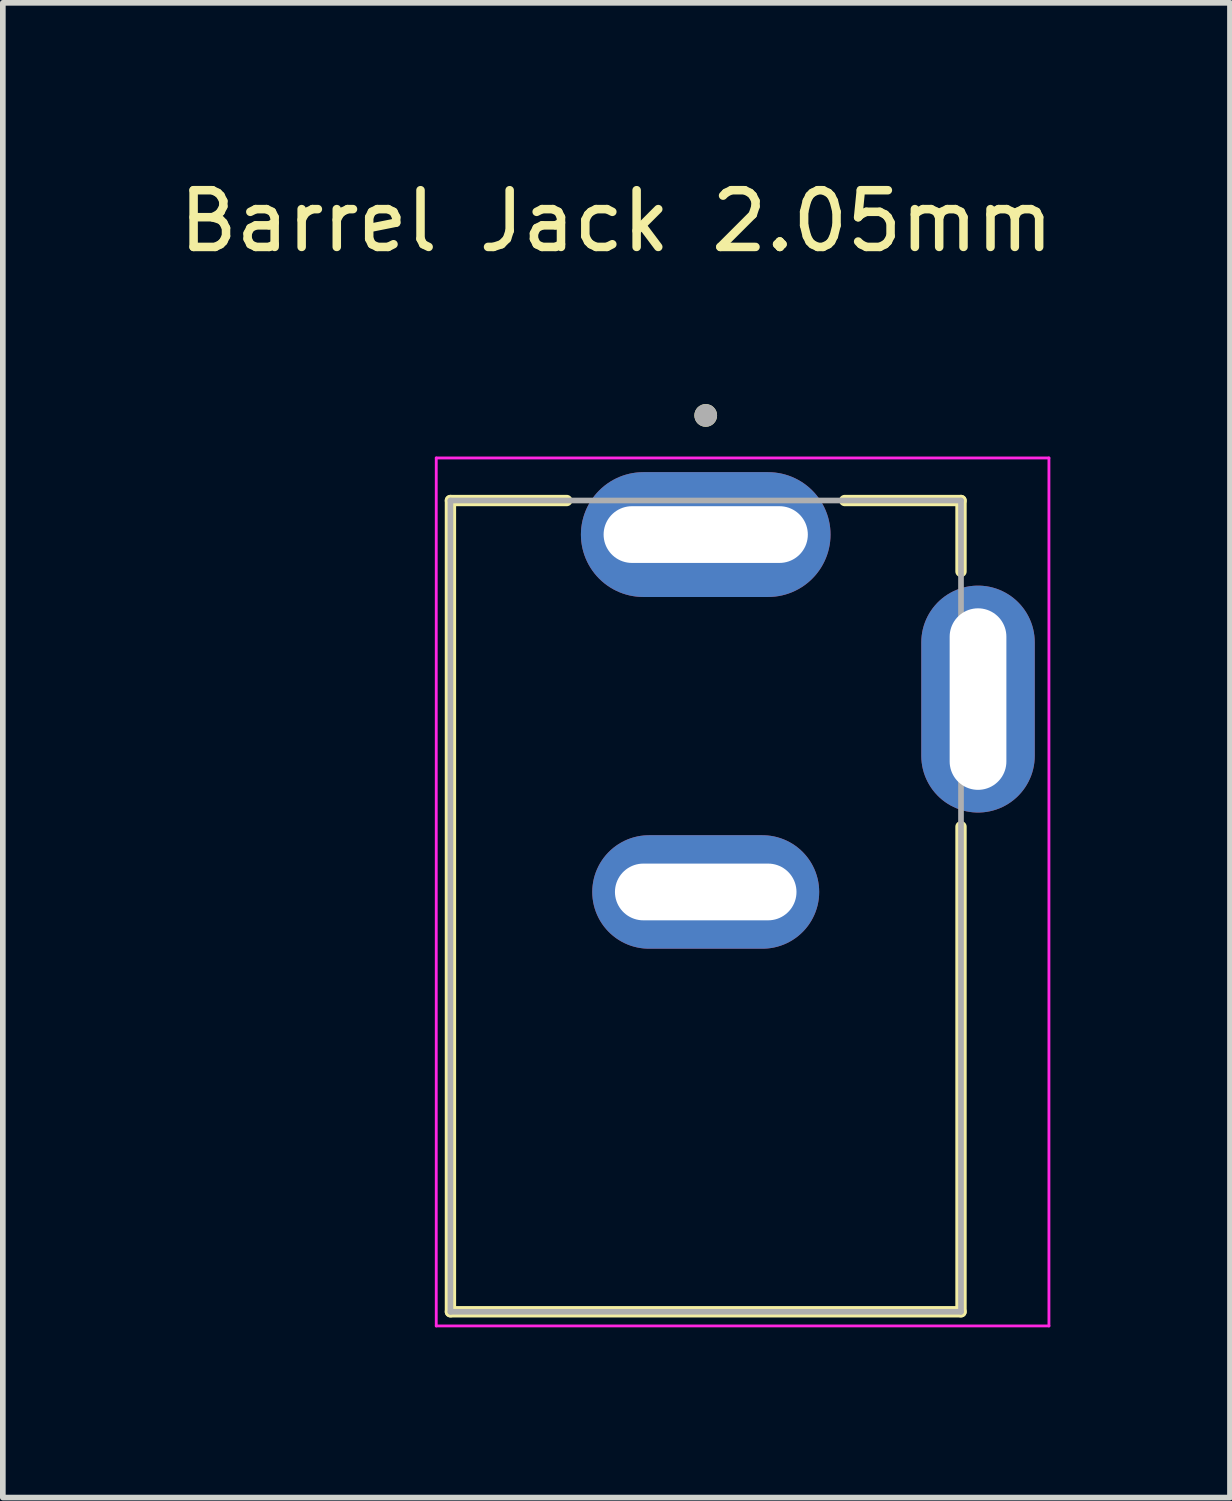
<source format=kicad_pcb>
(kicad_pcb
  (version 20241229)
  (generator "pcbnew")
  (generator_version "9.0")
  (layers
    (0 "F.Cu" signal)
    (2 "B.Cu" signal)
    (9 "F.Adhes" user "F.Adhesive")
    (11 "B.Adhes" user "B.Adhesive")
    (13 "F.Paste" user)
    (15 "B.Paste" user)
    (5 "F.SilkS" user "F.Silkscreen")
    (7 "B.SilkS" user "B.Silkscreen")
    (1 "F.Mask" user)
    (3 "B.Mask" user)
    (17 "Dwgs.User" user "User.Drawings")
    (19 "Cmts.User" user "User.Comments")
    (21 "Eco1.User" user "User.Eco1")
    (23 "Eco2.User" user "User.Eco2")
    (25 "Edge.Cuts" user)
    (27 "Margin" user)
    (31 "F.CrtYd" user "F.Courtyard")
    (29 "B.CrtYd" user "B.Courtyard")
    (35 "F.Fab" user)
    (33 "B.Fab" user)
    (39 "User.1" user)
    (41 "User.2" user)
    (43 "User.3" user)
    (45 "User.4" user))
  (footprint "Barrel Jack 2.05mm"
    (layer "F.Cu")
    (at 9.39 12.923)
    (property "Reference" "Barrel Jack 2.05mm" (at -1.575 -12.075 0) (layer "F.SilkS") (effects (font (size 1 1) (thickness 0.15))))
    (attr through_hole)
    (fp_line (start -4.5 7.15) (end -4.5 -7.15) (stroke (width 0.2) (type solid)) (layer "F.SilkS"))
    (fp_line (start -4.5 7.15) (end 4.5 7.15) (stroke (width 0.2) (type solid)) (layer "F.SilkS"))
    (fp_line (start -2.45 -7.15) (end -4.5 -7.15) (stroke (width 0.2) (type solid)) (layer "F.SilkS"))
    (fp_line (start 2.45 -7.15) (end 4.5 -7.15) (stroke (width 0.2) (type solid)) (layer "F.SilkS"))
    (fp_line (start 4.5 -7.15) (end 4.5 -5.9) (stroke (width 0.2) (type solid)) (layer "F.SilkS"))
    (fp_line (start 4.5 7.15) (end 4.5 -1.4) (stroke (width 0.2) (type solid)) (layer "F.SilkS"))
    (fp_circle (center 0 -8.65) (end 0.1 -8.65) (stroke (width 0.2) (type solid)) (fill no) (layer "F.SilkS"))
    (fp_line (start -4.75 -7.9) (end -4.75 7.4) (stroke (width 0.05) (type solid)) (layer "F.CrtYd"))
    (fp_line (start -4.75 7.4) (end 6.05 7.4) (stroke (width 0.05) (type solid)) (layer "F.CrtYd"))
    (fp_line (start 6.05 -7.9) (end -4.75 -7.9) (stroke (width 0.05) (type solid)) (layer "F.CrtYd"))
    (fp_line (start 6.05 7.4) (end 6.05 -7.9) (stroke (width 0.05) (type solid)) (layer "F.CrtYd"))
    (fp_line (start -4.5 -7.15) (end 4.5 -7.15) (stroke (width 0.1) (type solid)) (layer "F.Fab"))
    (fp_line (start -4.5 7.15) (end -4.5 -7.15) (stroke (width 0.1) (type solid)) (layer "F.Fab"))
    (fp_line (start -4.5 7.15) (end 4.5 7.15) (stroke (width 0.1) (type solid)) (layer "F.Fab"))
    (fp_line (start 4.5 7.15) (end 4.5 -7.15) (stroke (width 0.1) (type solid)) (layer "F.Fab"))
    (fp_circle (center 0 -8.65) (end 0.1 -8.65) (stroke (width 0.2) (type solid)) (fill no) (layer "F.Fab"))
    (pad "1" thru_hole oval (at 0 -6.55) (size 4.4 2.2) (drill oval 3.6 1) (layers "*.Cu" "*.Mask"))
    (pad "2" thru_hole oval (at 0 -0.25) (size 4 2) (drill oval 3.2 1) (layers "*.Cu" "*.Mask"))
    (pad "3" thru_hole oval (at 4.8 -3.65) (size 2 4) (drill oval 1 3.2) (layers "*.Cu" "*.Mask")))
  (gr_rect
    (start -3 -3)
    (end 18.631 23.348)
    (stroke (width 0.1) (type default))
    (fill no)
    (layer "Edge.Cuts")))
</source>
